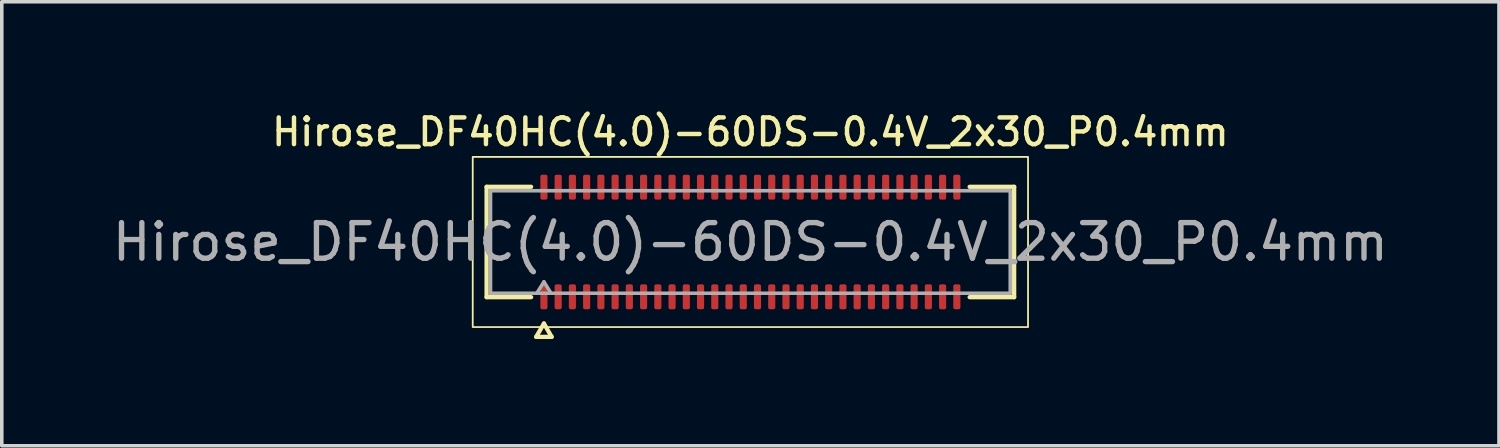
<source format=kicad_pcb>
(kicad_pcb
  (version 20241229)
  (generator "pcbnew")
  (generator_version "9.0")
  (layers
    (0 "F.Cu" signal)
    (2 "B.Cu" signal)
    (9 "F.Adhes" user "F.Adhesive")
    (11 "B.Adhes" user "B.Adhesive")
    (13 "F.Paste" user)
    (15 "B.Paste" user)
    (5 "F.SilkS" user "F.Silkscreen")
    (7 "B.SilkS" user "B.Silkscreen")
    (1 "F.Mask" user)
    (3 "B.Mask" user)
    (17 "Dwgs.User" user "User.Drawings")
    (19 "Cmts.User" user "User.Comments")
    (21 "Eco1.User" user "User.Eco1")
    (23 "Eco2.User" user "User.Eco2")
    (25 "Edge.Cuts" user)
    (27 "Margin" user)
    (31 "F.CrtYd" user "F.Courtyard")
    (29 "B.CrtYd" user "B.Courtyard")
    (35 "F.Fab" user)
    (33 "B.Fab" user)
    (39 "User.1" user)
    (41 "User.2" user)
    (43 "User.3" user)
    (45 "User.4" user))
  (footprint "Hirose_DF40HC(4.0)-60DS-0.4V_2x30_P0.4mm"
    (layer "F.Cu")
    (at 18.03 3.748)
    (property "Reference" "Hirose_DF40HC(4.0)-60DS-0.4V_2x30_P0.4mm" (at 0 -3.09 0) (layer "F.SilkS") (effects (font (size 0.75 0.75) (thickness 0.125))))
    (attr smd)
    (fp_line (start -7.41 -1.55) (end -6.16 -1.55) (stroke (width 0.12) (type solid)) (layer "F.SilkS"))
    (fp_line (start -7.41 1.55) (end -7.41 -1.55) (stroke (width 0.12) (type solid)) (layer "F.SilkS"))
    (fp_line (start -6.16 1.55) (end -7.41 1.55) (stroke (width 0.12) (type solid)) (layer "F.SilkS"))
    (fp_line (start -6.017 2.665) (end -5.8 2.29) (stroke (width 0.12) (type solid)) (layer "F.SilkS"))
    (fp_line (start -5.8 2.29) (end -5.583 2.665) (stroke (width 0.12) (type solid)) (layer "F.SilkS"))
    (fp_line (start -5.583 2.665) (end -6.017 2.665) (stroke (width 0.12) (type solid)) (layer "F.SilkS"))
    (fp_line (start 6.16 -1.55) (end 7.41 -1.55) (stroke (width 0.12) (type solid)) (layer "F.SilkS"))
    (fp_line (start 7.41 -1.55) (end 7.41 1.55) (stroke (width 0.12) (type solid)) (layer "F.SilkS"))
    (fp_line (start 7.41 1.55) (end 6.16 1.55) (stroke (width 0.12) (type solid)) (layer "F.SilkS"))
    (fp_rect (start -7.8 -2.39) (end 7.8 2.39) (stroke (width 0.05) (type solid)) (fill no) (layer "F.SilkS"))
    (fp_line (start -7.3 -1.44) (end 7.3 -1.44) (stroke (width 0.1) (type solid)) (layer "F.Fab"))
    (fp_line (start -7.3 1.44) (end -7.3 -1.44) (stroke (width 0.1) (type solid)) (layer "F.Fab"))
    (fp_line (start -6 1.44) (end -5.8 1.12) (stroke (width 0.1) (type solid)) (layer "F.Fab"))
    (fp_line (start -5.8 1.12) (end -5.6 1.44) (stroke (width 0.1) (type solid)) (layer "F.Fab"))
    (fp_line (start 7.3 -1.44) (end 7.3 1.44) (stroke (width 0.1) (type solid)) (layer "F.Fab"))
    (fp_line (start 7.3 1.44) (end -7.3 1.44) (stroke (width 0.1) (type solid)) (layer "F.Fab"))
    (fp_text user "${REFERENCE}" (at 0 0 0) (layer "F.Fab") (effects (font (size 1 1) (thickness 0.15))))
    (pad "1" smd roundrect (at -5.8 1.54) (size 0.2 0.7) (layers "F.Cu" "F.Mask" "F.Paste") (roundrect_rratio 0.25))
    (pad "2" smd roundrect (at -5.8 -1.54) (size 0.2 0.7) (layers "F.Cu" "F.Mask" "F.Paste") (roundrect_rratio 0.25))
    (pad "3" smd roundrect (at -5.4 1.54) (size 0.2 0.7) (layers "F.Cu" "F.Mask" "F.Paste") (roundrect_rratio 0.25))
    (pad "4" smd roundrect (at -5.4 -1.54) (size 0.2 0.7) (layers "F.Cu" "F.Mask" "F.Paste") (roundrect_rratio 0.25))
    (pad "5" smd roundrect (at -5 1.54) (size 0.2 0.7) (layers "F.Cu" "F.Mask" "F.Paste") (roundrect_rratio 0.25))
    (pad "6" smd roundrect (at -5 -1.54) (size 0.2 0.7) (layers "F.Cu" "F.Mask" "F.Paste") (roundrect_rratio 0.25))
    (pad "7" smd roundrect (at -4.6 1.54) (size 0.2 0.7) (layers "F.Cu" "F.Mask" "F.Paste") (roundrect_rratio 0.25))
    (pad "8" smd roundrect (at -4.6 -1.54) (size 0.2 0.7) (layers "F.Cu" "F.Mask" "F.Paste") (roundrect_rratio 0.25))
    (pad "9" smd roundrect (at -4.2 1.54) (size 0.2 0.7) (layers "F.Cu" "F.Mask" "F.Paste") (roundrect_rratio 0.25))
    (pad "10" smd roundrect (at -4.2 -1.54) (size 0.2 0.7) (layers "F.Cu" "F.Mask" "F.Paste") (roundrect_rratio 0.25))
    (pad "11" smd roundrect (at -3.8 1.54) (size 0.2 0.7) (layers "F.Cu" "F.Mask" "F.Paste") (roundrect_rratio 0.25))
    (pad "12" smd roundrect (at -3.8 -1.54) (size 0.2 0.7) (layers "F.Cu" "F.Mask" "F.Paste") (roundrect_rratio 0.25))
    (pad "13" smd roundrect (at -3.4 1.54) (size 0.2 0.7) (layers "F.Cu" "F.Mask" "F.Paste") (roundrect_rratio 0.25))
    (pad "14" smd roundrect (at -3.4 -1.54) (size 0.2 0.7) (layers "F.Cu" "F.Mask" "F.Paste") (roundrect_rratio 0.25))
    (pad "15" smd roundrect (at -3 1.54) (size 0.2 0.7) (layers "F.Cu" "F.Mask" "F.Paste") (roundrect_rratio 0.25))
    (pad "16" smd roundrect (at -3 -1.54) (size 0.2 0.7) (layers "F.Cu" "F.Mask" "F.Paste") (roundrect_rratio 0.25))
    (pad "17" smd roundrect (at -2.6 1.54) (size 0.2 0.7) (layers "F.Cu" "F.Mask" "F.Paste") (roundrect_rratio 0.25))
    (pad "18" smd roundrect (at -2.6 -1.54) (size 0.2 0.7) (layers "F.Cu" "F.Mask" "F.Paste") (roundrect_rratio 0.25))
    (pad "19" smd roundrect (at -2.2 1.54) (size 0.2 0.7) (layers "F.Cu" "F.Mask" "F.Paste") (roundrect_rratio 0.25))
    (pad "20" smd roundrect (at -2.2 -1.54) (size 0.2 0.7) (layers "F.Cu" "F.Mask" "F.Paste") (roundrect_rratio 0.25))
    (pad "21" smd roundrect (at -1.8 1.54) (size 0.2 0.7) (layers "F.Cu" "F.Mask" "F.Paste") (roundrect_rratio 0.25))
    (pad "22" smd roundrect (at -1.8 -1.54) (size 0.2 0.7) (layers "F.Cu" "F.Mask" "F.Paste") (roundrect_rratio 0.25))
    (pad "23" smd roundrect (at -1.4 1.54) (size 0.2 0.7) (layers "F.Cu" "F.Mask" "F.Paste") (roundrect_rratio 0.25))
    (pad "24" smd roundrect (at -1.4 -1.54) (size 0.2 0.7) (layers "F.Cu" "F.Mask" "F.Paste") (roundrect_rratio 0.25))
    (pad "25" smd roundrect (at -1 1.54) (size 0.2 0.7) (layers "F.Cu" "F.Mask" "F.Paste") (roundrect_rratio 0.25))
    (pad "26" smd roundrect (at -1 -1.54) (size 0.2 0.7) (layers "F.Cu" "F.Mask" "F.Paste") (roundrect_rratio 0.25))
    (pad "27" smd roundrect (at -0.6 1.54) (size 0.2 0.7) (layers "F.Cu" "F.Mask" "F.Paste") (roundrect_rratio 0.25))
    (pad "28" smd roundrect (at -0.6 -1.54) (size 0.2 0.7) (layers "F.Cu" "F.Mask" "F.Paste") (roundrect_rratio 0.25))
    (pad "29" smd roundrect (at -0.2 1.54) (size 0.2 0.7) (layers "F.Cu" "F.Mask" "F.Paste") (roundrect_rratio 0.25))
    (pad "30" smd roundrect (at -0.2 -1.54) (size 0.2 0.7) (layers "F.Cu" "F.Mask" "F.Paste") (roundrect_rratio 0.25))
    (pad "31" smd roundrect (at 0.2 1.54) (size 0.2 0.7) (layers "F.Cu" "F.Mask" "F.Paste") (roundrect_rratio 0.25))
    (pad "32" smd roundrect (at 0.2 -1.54) (size 0.2 0.7) (layers "F.Cu" "F.Mask" "F.Paste") (roundrect_rratio 0.25))
    (pad "33" smd roundrect (at 0.6 1.54) (size 0.2 0.7) (layers "F.Cu" "F.Mask" "F.Paste") (roundrect_rratio 0.25))
    (pad "34" smd roundrect (at 0.6 -1.54) (size 0.2 0.7) (layers "F.Cu" "F.Mask" "F.Paste") (roundrect_rratio 0.25))
    (pad "35" smd roundrect (at 1 1.54) (size 0.2 0.7) (layers "F.Cu" "F.Mask" "F.Paste") (roundrect_rratio 0.25))
    (pad "36" smd roundrect (at 1 -1.54) (size 0.2 0.7) (layers "F.Cu" "F.Mask" "F.Paste") (roundrect_rratio 0.25))
    (pad "37" smd roundrect (at 1.4 1.54) (size 0.2 0.7) (layers "F.Cu" "F.Mask" "F.Paste") (roundrect_rratio 0.25))
    (pad "38" smd roundrect (at 1.4 -1.54) (size 0.2 0.7) (layers "F.Cu" "F.Mask" "F.Paste") (roundrect_rratio 0.25))
    (pad "39" smd roundrect (at 1.8 1.54) (size 0.2 0.7) (layers "F.Cu" "F.Mask" "F.Paste") (roundrect_rratio 0.25))
    (pad "40" smd roundrect (at 1.8 -1.54) (size 0.2 0.7) (layers "F.Cu" "F.Mask" "F.Paste") (roundrect_rratio 0.25))
    (pad "41" smd roundrect (at 2.2 1.54) (size 0.2 0.7) (layers "F.Cu" "F.Mask" "F.Paste") (roundrect_rratio 0.25))
    (pad "42" smd roundrect (at 2.2 -1.54) (size 0.2 0.7) (layers "F.Cu" "F.Mask" "F.Paste") (roundrect_rratio 0.25))
    (pad "43" smd roundrect (at 2.6 1.54) (size 0.2 0.7) (layers "F.Cu" "F.Mask" "F.Paste") (roundrect_rratio 0.25))
    (pad "44" smd roundrect (at 2.6 -1.54) (size 0.2 0.7) (layers "F.Cu" "F.Mask" "F.Paste") (roundrect_rratio 0.25))
    (pad "45" smd roundrect (at 3 1.54) (size 0.2 0.7) (layers "F.Cu" "F.Mask" "F.Paste") (roundrect_rratio 0.25))
    (pad "46" smd roundrect (at 3 -1.54) (size 0.2 0.7) (layers "F.Cu" "F.Mask" "F.Paste") (roundrect_rratio 0.25))
    (pad "47" smd roundrect (at 3.4 1.54) (size 0.2 0.7) (layers "F.Cu" "F.Mask" "F.Paste") (roundrect_rratio 0.25))
    (pad "48" smd roundrect (at 3.4 -1.54) (size 0.2 0.7) (layers "F.Cu" "F.Mask" "F.Paste") (roundrect_rratio 0.25))
    (pad "49" smd roundrect (at 3.8 1.54) (size 0.2 0.7) (layers "F.Cu" "F.Mask" "F.Paste") (roundrect_rratio 0.25))
    (pad "50" smd roundrect (at 3.8 -1.54) (size 0.2 0.7) (layers "F.Cu" "F.Mask" "F.Paste") (roundrect_rratio 0.25))
    (pad "51" smd roundrect (at 4.2 1.54) (size 0.2 0.7) (layers "F.Cu" "F.Mask" "F.Paste") (roundrect_rratio 0.25))
    (pad "52" smd roundrect (at 4.2 -1.54) (size 0.2 0.7) (layers "F.Cu" "F.Mask" "F.Paste") (roundrect_rratio 0.25))
    (pad "53" smd roundrect (at 4.6 1.54) (size 0.2 0.7) (layers "F.Cu" "F.Mask" "F.Paste") (roundrect_rratio 0.25))
    (pad "54" smd roundrect (at 4.6 -1.54) (size 0.2 0.7) (layers "F.Cu" "F.Mask" "F.Paste") (roundrect_rratio 0.25))
    (pad "55" smd roundrect (at 5 1.54) (size 0.2 0.7) (layers "F.Cu" "F.Mask" "F.Paste") (roundrect_rratio 0.25))
    (pad "56" smd roundrect (at 5 -1.54) (size 0.2 0.7) (layers "F.Cu" "F.Mask" "F.Paste") (roundrect_rratio 0.25))
    (pad "57" smd roundrect (at 5.4 1.54) (size 0.2 0.7) (layers "F.Cu" "F.Mask" "F.Paste") (roundrect_rratio 0.25))
    (pad "58" smd roundrect (at 5.4 -1.54) (size 0.2 0.7) (layers "F.Cu" "F.Mask" "F.Paste") (roundrect_rratio 0.25))
    (pad "59" smd roundrect (at 5.8 1.54) (size 0.2 0.7) (layers "F.Cu" "F.Mask" "F.Paste") (roundrect_rratio 0.25))
    (pad "60" smd roundrect (at 5.8 -1.54) (size 0.2 0.7) (layers "F.Cu" "F.Mask" "F.Paste") (roundrect_rratio 0.25)))
  (gr_rect
    (start -3 -3)
    (end 39.06 9.473)
    (stroke (width 0.1) (type default))
    (fill no)
    (layer "Edge.Cuts")))
</source>
